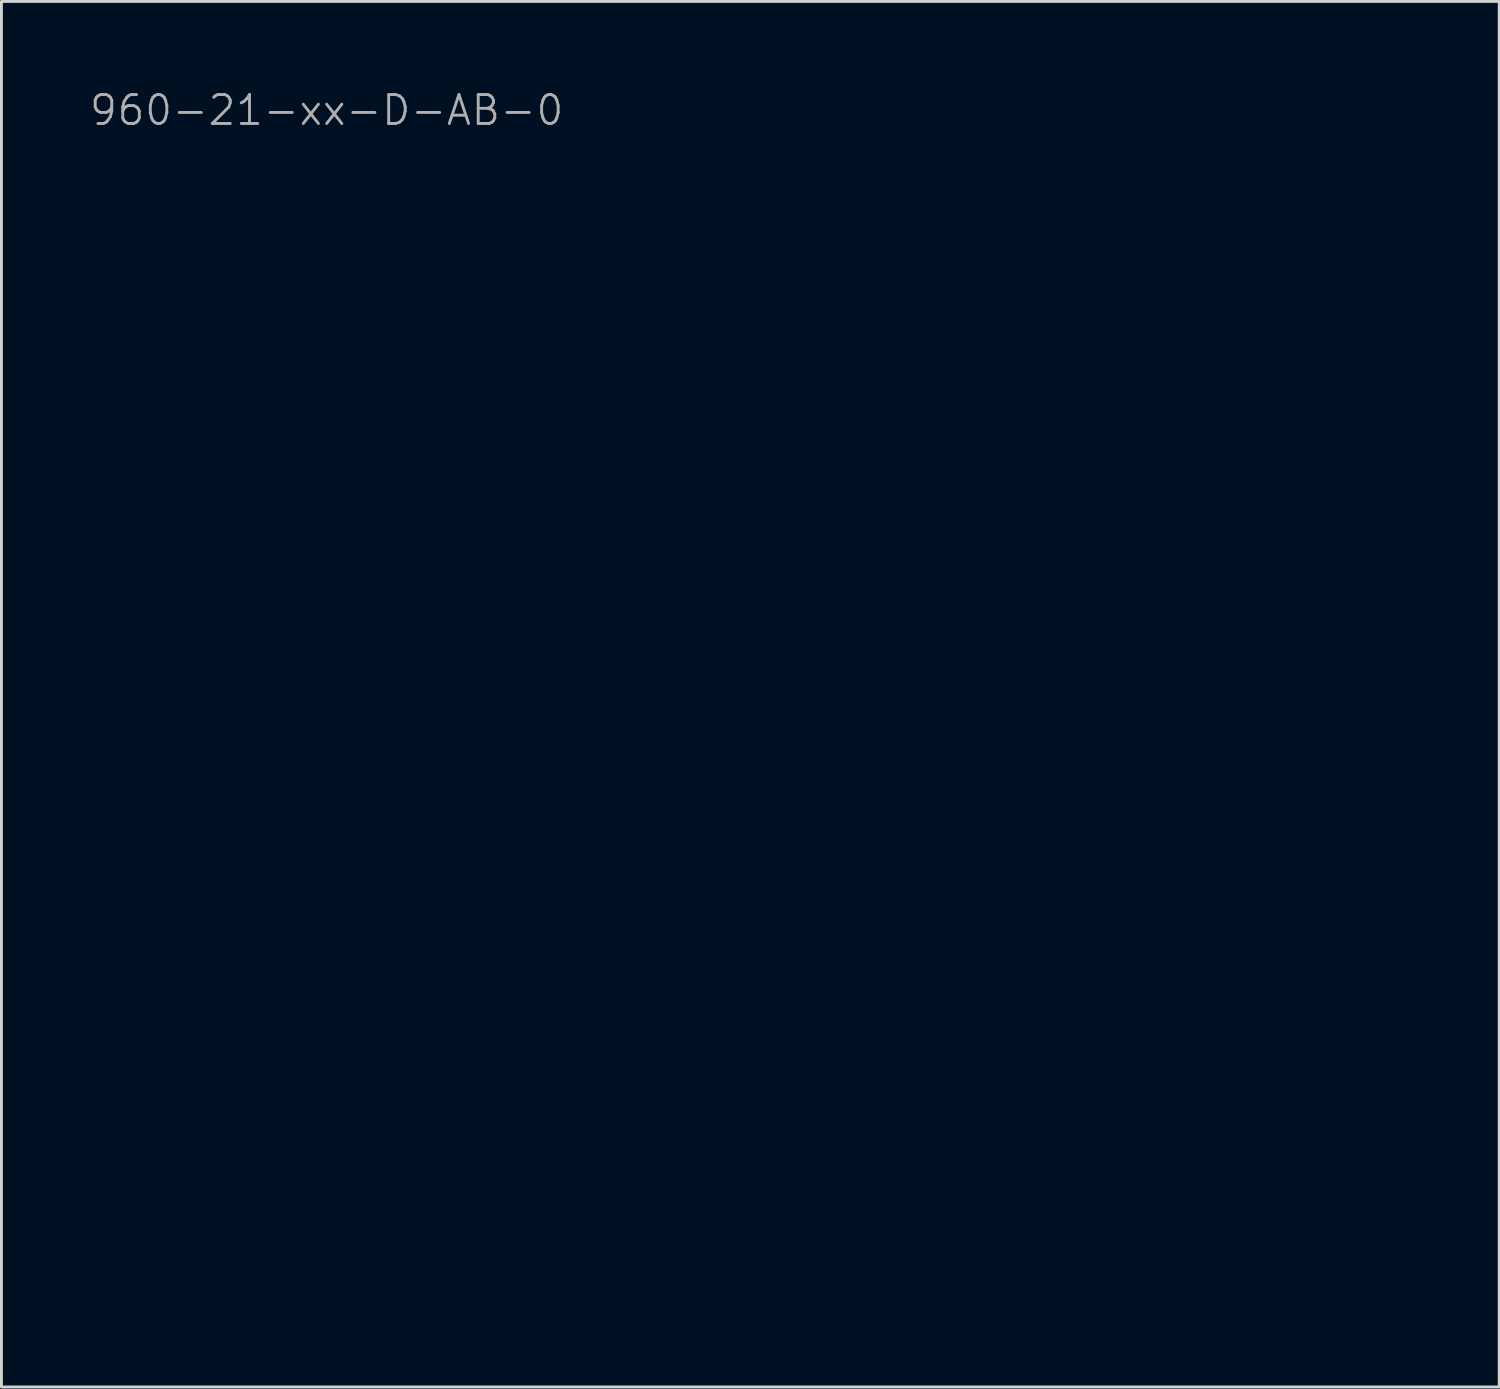
<source format=kicad_pcb>
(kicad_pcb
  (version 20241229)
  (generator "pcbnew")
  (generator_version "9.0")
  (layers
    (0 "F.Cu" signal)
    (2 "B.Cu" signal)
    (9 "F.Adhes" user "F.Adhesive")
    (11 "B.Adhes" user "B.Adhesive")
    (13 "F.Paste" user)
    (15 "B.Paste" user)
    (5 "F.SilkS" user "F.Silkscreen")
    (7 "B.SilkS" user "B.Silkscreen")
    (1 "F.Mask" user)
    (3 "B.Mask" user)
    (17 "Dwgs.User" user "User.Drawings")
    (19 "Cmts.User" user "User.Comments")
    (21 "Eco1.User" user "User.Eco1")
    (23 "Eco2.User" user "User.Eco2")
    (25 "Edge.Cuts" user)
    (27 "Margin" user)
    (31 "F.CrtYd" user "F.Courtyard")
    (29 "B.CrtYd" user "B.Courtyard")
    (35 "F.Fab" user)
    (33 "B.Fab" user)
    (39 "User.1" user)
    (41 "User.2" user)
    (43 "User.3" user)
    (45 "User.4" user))
  (footprint "960-21-xx-D-AB-0"
    (layer "F.Cu")
    (at 27.94 24.41)
    (property "Reference" "960-21-xx-D-AB-0" (at -19.7 -23.65 0) (unlocked yes) (layer "F.Fab") (effects (font (size 1 1) (thickness 0.1))))
    (attr smd)
    (fp_rect (start -10.5 -10.5) (end 10.5 10.5) (stroke (width 0.1) (type solid)) (fill no) (layer "User.4"))
    (fp_circle (center -13.575 13.925) (end -11.825 13.925) (stroke (width 0.1) (type solid)) (fill no) (layer "User.4"))
    (fp_circle (center -13.575 13.925) (end -10.075 13.925) (stroke (width 0.1) (type solid)) (fill no) (layer "User.4"))
    (fp_circle (center 13.925 -13.925) (end 15.675 -13.925) (stroke (width 0.1) (type solid)) (fill no) (layer "User.4"))
    (fp_circle (center 14.275 -13.925) (end 17.775 -13.925) (stroke (width 0.1) (type solid)) (fill no) (layer "User.4")))
  (gr_rect
    (start -3 -3)
    (end 48.765 44.886)
    (stroke (width 0.1) (type default))
    (fill no)
    (layer "Edge.Cuts")))
</source>
